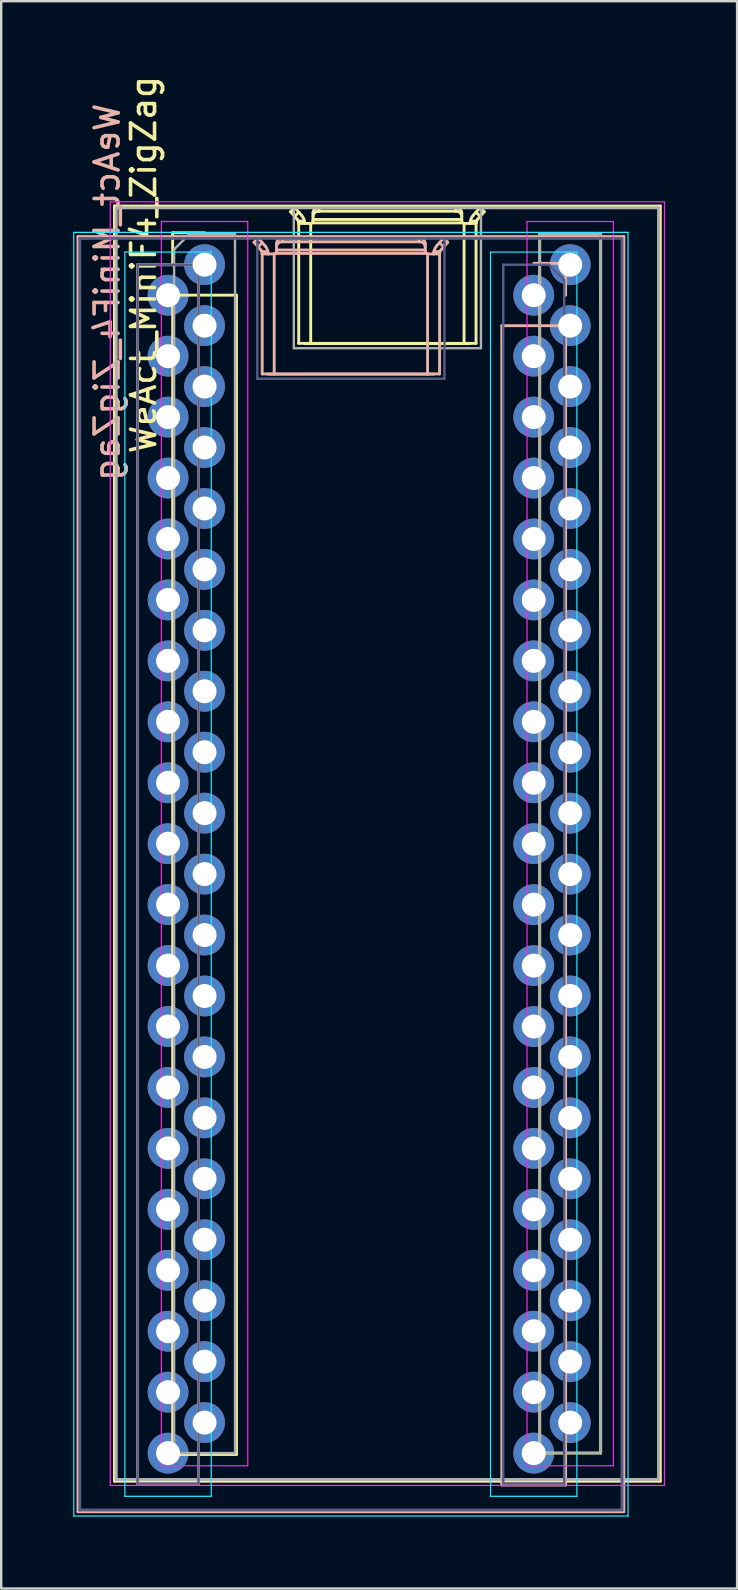
<source format=kicad_pcb>
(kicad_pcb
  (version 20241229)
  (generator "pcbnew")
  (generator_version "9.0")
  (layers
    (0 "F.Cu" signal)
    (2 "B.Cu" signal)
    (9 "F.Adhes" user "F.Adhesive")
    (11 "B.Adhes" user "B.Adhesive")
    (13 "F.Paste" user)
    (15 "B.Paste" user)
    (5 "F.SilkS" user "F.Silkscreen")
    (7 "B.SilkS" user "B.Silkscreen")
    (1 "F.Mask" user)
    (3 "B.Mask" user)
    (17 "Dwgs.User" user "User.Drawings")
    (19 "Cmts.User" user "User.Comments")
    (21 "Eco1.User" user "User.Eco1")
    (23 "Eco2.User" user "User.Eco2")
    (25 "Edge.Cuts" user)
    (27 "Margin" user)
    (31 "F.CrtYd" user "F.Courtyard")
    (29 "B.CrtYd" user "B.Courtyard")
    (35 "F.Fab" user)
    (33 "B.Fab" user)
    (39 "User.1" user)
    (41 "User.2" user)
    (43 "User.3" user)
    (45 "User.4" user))
  (footprint "WeAct_MiniF4_ZigZag"
    (layer "F.Cu")
    (at 5.476 7.982)
    (property "Reference" "WeAct_MiniF4_ZigZag" (at -2.54 0 90) (layer "F.SilkS") (effects (font (size 1 1) (thickness 0.15))))
    (attr through_hole)
    (fp_line (start -3.755 -2.445) (end 18.995 -2.445) (stroke (width 0.12) (type solid)) (layer "F.SilkS"))
    (fp_line (start -3.755 50.705) (end -3.755 -2.445) (stroke (width 0.12) (type solid)) (layer "F.SilkS"))
    (fp_line (start -1.33 -1.33) (end 0 -1.33) (stroke (width 0.12) (type solid)) (layer "F.SilkS"))
    (fp_line (start -1.33 0) (end -1.33 -1.33) (stroke (width 0.12) (type solid)) (layer "F.SilkS"))
    (fp_line (start -1.33 1.27) (end 1.33 1.27) (stroke (width 0.12) (type solid)) (layer "F.SilkS"))
    (fp_line (start -1.33 49.59) (end -1.33 1.27) (stroke (width 0.12) (type solid)) (layer "F.SilkS"))
    (fp_line (start 1.33 1.27) (end 1.33 49.59) (stroke (width 0.12) (type solid)) (layer "F.SilkS"))
    (fp_line (start 1.33 49.59) (end -1.33 49.59) (stroke (width 0.12) (type solid)) (layer "F.SilkS"))
    (fp_line (start 3.583 -2.207) (end 3.861 -1.891) (stroke (width 0.12) (type solid)) (layer "F.SilkS"))
    (fp_line (start 3.748 -2.02) (end 3.933 -2.182) (stroke (width 0.12) (type solid)) (layer "F.SilkS"))
    (fp_line (start 3.767 -2.37) (end 3.583 -2.207) (stroke (width 0.12) (type solid)) (layer "F.SilkS"))
    (fp_line (start 3.924 -1.728) (end 3.929 -1.72) (stroke (width 0.12) (type solid)) (layer "F.SilkS"))
    (fp_line (start 3.924 -1.726) (end 3.924 -1.728) (stroke (width 0.12) (type solid)) (layer "F.SilkS"))
    (fp_line (start 3.924 -1.726) (end 3.924 3.28) (stroke (width 0.12) (type solid)) (layer "F.SilkS"))
    (fp_line (start 3.929 -1.72) (end 3.93 -1.72) (stroke (width 0.12) (type solid)) (layer "F.SilkS"))
    (fp_line (start 3.93 -1.72) (end 4.42 -1.72) (stroke (width 0.12) (type solid)) (layer "F.SilkS"))
    (fp_line (start 4.045 -2.055) (end 3.767 -2.37) (stroke (width 0.12) (type solid)) (layer "F.SilkS"))
    (fp_line (start 4.161 -1.82) (end 3.905 -1.82) (stroke (width 0.12) (type solid)) (layer "F.SilkS"))
    (fp_line (start 4.17 -1.72) (end 4.17 -1.724) (stroke (width 0.12) (type solid)) (layer "F.SilkS"))
    (fp_line (start 4.42 -1.72) (end 4.424 -1.72) (stroke (width 0.12) (type solid)) (layer "F.SilkS"))
    (fp_line (start 4.424 -1.72) (end 4.424 3.29) (stroke (width 0.12) (type solid)) (layer "F.SilkS"))
    (fp_line (start 4.52 -2.165) (end 4.52 -1.82) (stroke (width 0.12) (type solid)) (layer "F.SilkS"))
    (fp_line (start 4.52 -1.885) (end 10.72 -1.885) (stroke (width 0.12) (type solid)) (layer "F.SilkS"))
    (fp_line (start 4.77 -2.227) (end 4.77 -2.37) (stroke (width 0.12) (type solid)) (layer "F.SilkS"))
    (fp_line (start 10.47 -2.37) (end 4.77 -2.37) (stroke (width 0.12) (type solid)) (layer "F.SilkS"))
    (fp_line (start 10.47 -2.227) (end 4.77 -2.227) (stroke (width 0.12) (type solid)) (layer "F.SilkS"))
    (fp_line (start 10.47 -2.227) (end 10.47 -2.37) (stroke (width 0.12) (type solid)) (layer "F.SilkS"))
    (fp_line (start 10.72 -2.165) (end 10.72 -1.82) (stroke (width 0.12) (type solid)) (layer "F.SilkS"))
    (fp_line (start 10.758 -1.741) (end 4.482 -1.741) (stroke (width 0.12) (type solid)) (layer "F.SilkS"))
    (fp_line (start 10.816 -1.72) (end 10.816 3.29) (stroke (width 0.12) (type solid)) (layer "F.SilkS"))
    (fp_line (start 10.82 -1.72) (end 10.816 -1.72) (stroke (width 0.12) (type solid)) (layer "F.SilkS"))
    (fp_line (start 11.07 -1.72) (end 11.07 -1.724) (stroke (width 0.12) (type solid)) (layer "F.SilkS"))
    (fp_line (start 11.07 3.29) (end 4.17 3.29) (stroke (width 0.12) (type solid)) (layer "F.SilkS"))
    (fp_line (start 11.079 -1.82) (end 11.335 -1.82) (stroke (width 0.12) (type solid)) (layer "F.SilkS"))
    (fp_line (start 11.195 -2.055) (end 11.473 -2.37) (stroke (width 0.12) (type solid)) (layer "F.SilkS"))
    (fp_line (start 11.31 -1.72) (end 10.82 -1.72) (stroke (width 0.12) (type solid)) (layer "F.SilkS"))
    (fp_line (start 11.311 -1.72) (end 11.31 -1.72) (stroke (width 0.12) (type solid)) (layer "F.SilkS"))
    (fp_line (start 11.316 -1.726) (end 11.316 3.28) (stroke (width 0.12) (type solid)) (layer "F.SilkS"))
    (fp_line (start 11.316 -1.726) (end 11.316 -1.728) (stroke (width 0.12) (type solid)) (layer "F.SilkS"))
    (fp_line (start 11.316 3.28) (end 3.924 3.28) (stroke (width 0.12) (type solid)) (layer "F.SilkS"))
    (fp_line (start 11.316 -1.728) (end 11.311 -1.72) (stroke (width 0.12) (type solid)) (layer "F.SilkS"))
    (fp_line (start 11.473 -2.37) (end 11.657 -2.207) (stroke (width 0.12) (type solid)) (layer "F.SilkS"))
    (fp_line (start 11.492 -2.02) (end 11.307 -2.182) (stroke (width 0.12) (type solid)) (layer "F.SilkS"))
    (fp_line (start 11.657 -2.207) (end 11.379 -1.891) (stroke (width 0.12) (type solid)) (layer "F.SilkS"))
    (fp_line (start 13.97 -1.27) (end 16.51 -1.27) (stroke (width 0.12) (type solid)) (layer "F.SilkS"))
    (fp_line (start 13.97 49.53) (end 13.97 -1.27) (stroke (width 0.12) (type solid)) (layer "F.SilkS"))
    (fp_line (start 16.51 -1.27) (end 16.51 49.53) (stroke (width 0.12) (type solid)) (layer "F.SilkS"))
    (fp_line (start 16.51 49.53) (end 13.97 49.53) (stroke (width 0.12) (type solid)) (layer "F.SilkS"))
    (fp_line (start 18.995 -2.445) (end 18.995 50.705) (stroke (width 0.12) (type solid)) (layer "F.SilkS"))
    (fp_line (start 18.995 50.705) (end -3.755 50.705) (stroke (width 0.12) (type solid)) (layer "F.SilkS"))
    (fp_arc (start 3.861166 -1.890847) (mid 3.906942 -1.815275) (end 3.923572 -1.7285) (stroke (width 0.12) (type solid)) (layer "F.SilkS"))
    (fp_arc (start 4.045142 -2.054759) (mid 4.137736 -1.900883) (end 4.169988 -1.724215) (stroke (width 0.12) (type solid)) (layer "F.SilkS"))
    (fp_arc (start 4.519999 -2.165212) (mid 4.603178 -2.318661) (end 4.77 -2.37) (stroke (width 0.12) (type solid)) (layer "F.SilkS"))
    (fp_arc (start 4.52 -2.021818) (mid 4.603179 -2.175266) (end 4.77 -2.226605) (stroke (width 0.12) (type solid)) (layer "F.SilkS"))
    (fp_arc (start 4.52 -1.819999) (mid 4.491968 -1.750569) (end 4.423589 -1.720064) (stroke (width 0.12) (type solid)) (layer "F.SilkS"))
    (fp_arc (start 10.47 -2.369999) (mid 10.636821 -2.318659) (end 10.719999 -2.165211) (stroke (width 0.12) (type solid)) (layer "F.SilkS"))
    (fp_arc (start 10.47 -2.226605) (mid 10.636821 -2.175265) (end 10.719999 -2.021817) (stroke (width 0.12) (type solid)) (layer "F.SilkS"))
    (fp_arc (start 10.81641 -1.720063) (mid 10.74803 -1.750569) (end 10.719999 -1.82) (stroke (width 0.12) (type solid)) (layer "F.SilkS"))
    (fp_arc (start 11.070011 -1.724215) (mid 11.102263 -1.900883) (end 11.194857 -2.054759) (stroke (width 0.12) (type solid)) (layer "F.SilkS"))
    (fp_arc (start 11.316427 -1.7285) (mid 11.333056 -1.815276) (end 11.378833 -1.890847) (stroke (width 0.12) (type solid)) (layer "F.SilkS"))
    (fp_line (start -5.276 -1.172) (end -5.276 51.978) (stroke (width 0.12) (type solid)) (layer "B.SilkS"))
    (fp_line (start -5.276 51.978) (end 17.474 51.978) (stroke (width 0.12) (type solid)) (layer "B.SilkS"))
    (fp_line (start -2.791 0.003) (end -2.791 50.803) (stroke (width 0.12) (type solid)) (layer "B.SilkS"))
    (fp_line (start -2.791 50.803) (end -0.251 50.803) (stroke (width 0.12) (type solid)) (layer "B.SilkS"))
    (fp_line (start -0.251 0.003) (end -2.791 0.003) (stroke (width 0.12) (type solid)) (layer "B.SilkS"))
    (fp_line (start -0.251 50.803) (end -0.251 0.003) (stroke (width 0.12) (type solid)) (layer "B.SilkS"))
    (fp_line (start 2.061 -0.935) (end 2.34 -0.618) (stroke (width 0.12) (type solid)) (layer "B.SilkS"))
    (fp_line (start 2.226 -0.747) (end 2.411 -0.91) (stroke (width 0.12) (type solid)) (layer "B.SilkS"))
    (fp_line (start 2.246 -1.097) (end 2.061 -0.935) (stroke (width 0.12) (type solid)) (layer "B.SilkS"))
    (fp_line (start 2.402 -0.456) (end 2.407 -0.448) (stroke (width 0.12) (type solid)) (layer "B.SilkS"))
    (fp_line (start 2.402 -0.453) (end 2.402 -0.456) (stroke (width 0.12) (type solid)) (layer "B.SilkS"))
    (fp_line (start 2.402 -0.453) (end 2.402 4.553) (stroke (width 0.12) (type solid)) (layer "B.SilkS"))
    (fp_line (start 2.402 4.553) (end 9.795 4.553) (stroke (width 0.12) (type solid)) (layer "B.SilkS"))
    (fp_line (start 2.407 -0.448) (end 2.409 -0.447) (stroke (width 0.12) (type solid)) (layer "B.SilkS"))
    (fp_line (start 2.409 -0.447) (end 2.899 -0.447) (stroke (width 0.12) (type solid)) (layer "B.SilkS"))
    (fp_line (start 2.524 -0.782) (end 2.246 -1.097) (stroke (width 0.12) (type solid)) (layer "B.SilkS"))
    (fp_line (start 2.639 -0.547) (end 2.384 -0.547) (stroke (width 0.12) (type solid)) (layer "B.SilkS"))
    (fp_line (start 2.649 -0.447) (end 2.649 -0.452) (stroke (width 0.12) (type solid)) (layer "B.SilkS"))
    (fp_line (start 2.649 4.563) (end 9.549 4.563) (stroke (width 0.12) (type solid)) (layer "B.SilkS"))
    (fp_line (start 2.899 -0.447) (end 2.902 -0.448) (stroke (width 0.12) (type solid)) (layer "B.SilkS"))
    (fp_line (start 2.902 -0.448) (end 2.902 4.563) (stroke (width 0.12) (type solid)) (layer "B.SilkS"))
    (fp_line (start 2.96 -0.469) (end 9.237 -0.469) (stroke (width 0.12) (type solid)) (layer "B.SilkS"))
    (fp_line (start 2.999 -0.893) (end 2.999 -0.547) (stroke (width 0.12) (type solid)) (layer "B.SilkS"))
    (fp_line (start 3.249 -1.097) (end 8.949 -1.097) (stroke (width 0.12) (type solid)) (layer "B.SilkS"))
    (fp_line (start 3.249 -0.954) (end 3.249 -1.097) (stroke (width 0.12) (type solid)) (layer "B.SilkS"))
    (fp_line (start 3.249 -0.954) (end 8.949 -0.954) (stroke (width 0.12) (type solid)) (layer "B.SilkS"))
    (fp_line (start 8.949 -0.954) (end 8.949 -1.097) (stroke (width 0.12) (type solid)) (layer "B.SilkS"))
    (fp_line (start 9.199 -0.893) (end 9.199 -0.547) (stroke (width 0.12) (type solid)) (layer "B.SilkS"))
    (fp_line (start 9.199 -0.612) (end 2.999 -0.612) (stroke (width 0.12) (type solid)) (layer "B.SilkS"))
    (fp_line (start 9.295 -0.448) (end 9.295 4.563) (stroke (width 0.12) (type solid)) (layer "B.SilkS"))
    (fp_line (start 9.299 -0.447) (end 9.295 -0.448) (stroke (width 0.12) (type solid)) (layer "B.SilkS"))
    (fp_line (start 9.549 -0.447) (end 9.549 -0.452) (stroke (width 0.12) (type solid)) (layer "B.SilkS"))
    (fp_line (start 9.558 -0.547) (end 9.813 -0.547) (stroke (width 0.12) (type solid)) (layer "B.SilkS"))
    (fp_line (start 9.673 -0.782) (end 9.951 -1.097) (stroke (width 0.12) (type solid)) (layer "B.SilkS"))
    (fp_line (start 9.788 -0.447) (end 9.299 -0.447) (stroke (width 0.12) (type solid)) (layer "B.SilkS"))
    (fp_line (start 9.79 -0.448) (end 9.788 -0.447) (stroke (width 0.12) (type solid)) (layer "B.SilkS"))
    (fp_line (start 9.795 -0.453) (end 9.795 4.553) (stroke (width 0.12) (type solid)) (layer "B.SilkS"))
    (fp_line (start 9.795 -0.453) (end 9.795 -0.456) (stroke (width 0.12) (type solid)) (layer "B.SilkS"))
    (fp_line (start 9.795 -0.456) (end 9.79 -0.448) (stroke (width 0.12) (type solid)) (layer "B.SilkS"))
    (fp_line (start 9.951 -1.097) (end 10.136 -0.935) (stroke (width 0.12) (type solid)) (layer "B.SilkS"))
    (fp_line (start 9.971 -0.747) (end 9.786 -0.91) (stroke (width 0.12) (type solid)) (layer "B.SilkS"))
    (fp_line (start 10.136 -0.935) (end 9.857 -0.618) (stroke (width 0.12) (type solid)) (layer "B.SilkS"))
    (fp_line (start 12.389 2.543) (end 12.389 50.863) (stroke (width 0.12) (type solid)) (layer "B.SilkS"))
    (fp_line (start 12.389 50.863) (end 15.049 50.863) (stroke (width 0.12) (type solid)) (layer "B.SilkS"))
    (fp_line (start 15.049 -0.057) (end 13.719 -0.057) (stroke (width 0.12) (type solid)) (layer "B.SilkS"))
    (fp_line (start 15.049 1.273) (end 15.049 -0.057) (stroke (width 0.12) (type solid)) (layer "B.SilkS"))
    (fp_line (start 15.049 2.543) (end 12.389 2.543) (stroke (width 0.12) (type solid)) (layer "B.SilkS"))
    (fp_line (start 15.049 50.863) (end 15.049 2.543) (stroke (width 0.12) (type solid)) (layer "B.SilkS"))
    (fp_line (start 17.474 -1.172) (end -5.276 -1.172) (stroke (width 0.12) (type solid)) (layer "B.SilkS"))
    (fp_line (start 17.474 51.978) (end 17.474 -1.172) (stroke (width 0.12) (type solid)) (layer "B.SilkS"))
    (fp_arc (start 2.339707 -0.618307) (mid 2.385483 -0.542735) (end 2.402113 -0.45596) (stroke (width 0.12) (type solid)) (layer "B.SilkS"))
    (fp_arc (start 2.523683 -0.782219) (mid 2.616277 -0.628343) (end 2.648529 -0.451675) (stroke (width 0.12) (type solid)) (layer "B.SilkS"))
    (fp_arc (start 2.998541 -0.892671) (mid 3.081719 -1.046119) (end 3.24854 -1.097459) (stroke (width 0.12) (type solid)) (layer "B.SilkS"))
    (fp_arc (start 2.998541 -0.749277) (mid 3.081719 -0.902725) (end 3.24854 -0.954065) (stroke (width 0.12) (type solid)) (layer "B.SilkS"))
    (fp_arc (start 2.998541 -0.54746) (mid 2.970509 -0.478029) (end 2.90213 -0.447523) (stroke (width 0.12) (type solid)) (layer "B.SilkS"))
    (fp_arc (start 8.94854 -1.09746) (mid 9.115362 -1.046121) (end 9.198541 -0.892672) (stroke (width 0.12) (type solid)) (layer "B.SilkS"))
    (fp_arc (start 8.94854 -0.954065) (mid 9.115361 -0.902726) (end 9.19854 -0.749278) (stroke (width 0.12) (type solid)) (layer "B.SilkS"))
    (fp_arc (start 9.294951 -0.447524) (mid 9.226572 -0.478029) (end 9.19854 -0.547459) (stroke (width 0.12) (type solid)) (layer "B.SilkS"))
    (fp_arc (start 9.548552 -0.451675) (mid 9.580804 -0.628343) (end 9.673398 -0.782219) (stroke (width 0.12) (type solid)) (layer "B.SilkS"))
    (fp_arc (start 9.794968 -0.45596) (mid 9.811597 -0.542736) (end 9.857374 -0.618307) (stroke (width 0.12) (type solid)) (layer "B.SilkS"))
    (fp_line (start -5.451 -1.347) (end -5.451 52.153) (stroke (width 0.05) (type solid)) (layer "B.CrtYd"))
    (fp_line (start -5.451 52.153) (end 17.649 52.153) (stroke (width 0.05) (type solid)) (layer "B.CrtYd"))
    (fp_line (start -3.321 -0.527) (end -3.321 51.333) (stroke (width 0.05) (type solid)) (layer "B.CrtYd"))
    (fp_line (start -3.321 51.333) (end 0.279 51.333) (stroke (width 0.05) (type solid)) (layer "B.CrtYd"))
    (fp_line (start 0.279 -0.527) (end -3.321 -0.527) (stroke (width 0.05) (type solid)) (layer "B.CrtYd"))
    (fp_line (start 0.279 -0.527) (end 0.279 46.993) (stroke (width 0.05) (type solid)) (layer "B.CrtYd"))
    (fp_line (start 0.279 46.993) (end 0.279 51.333) (stroke (width 0.05) (type solid)) (layer "B.CrtYd"))
    (fp_line (start 11.919 -0.527) (end 11.919 46.993) (stroke (width 0.05) (type solid)) (layer "B.CrtYd"))
    (fp_line (start 11.919 -0.527) (end 15.519 -0.527) (stroke (width 0.05) (type solid)) (layer "B.CrtYd"))
    (fp_line (start 11.919 46.993) (end 11.919 51.333) (stroke (width 0.05) (type solid)) (layer "B.CrtYd"))
    (fp_line (start 15.519 -0.527) (end 15.519 51.333) (stroke (width 0.05) (type solid)) (layer "B.CrtYd"))
    (fp_line (start 15.519 51.333) (end 11.919 51.333) (stroke (width 0.05) (type solid)) (layer "B.CrtYd"))
    (fp_line (start 17.649 -1.347) (end -5.451 -1.347) (stroke (width 0.05) (type solid)) (layer "B.CrtYd"))
    (fp_line (start 17.649 52.153) (end 17.649 -1.347) (stroke (width 0.05) (type solid)) (layer "B.CrtYd"))
    (fp_line (start -3.93 -2.62) (end 19.17 -2.62) (stroke (width 0.05) (type solid)) (layer "F.CrtYd"))
    (fp_line (start -3.93 50.88) (end -3.93 -2.62) (stroke (width 0.05) (type solid)) (layer "F.CrtYd"))
    (fp_line (start -1.8 -1.8) (end -1.8 50.06) (stroke (width 0.05) (type solid)) (layer "F.CrtYd"))
    (fp_line (start -1.8 50.06) (end 1.8 50.06) (stroke (width 0.05) (type solid)) (layer "F.CrtYd"))
    (fp_line (start 1.8 -1.8) (end -1.8 -1.8) (stroke (width 0.05) (type solid)) (layer "F.CrtYd"))
    (fp_line (start 1.8 -1.8) (end 1.8 45.72) (stroke (width 0.05) (type solid)) (layer "F.CrtYd"))
    (fp_line (start 1.8 45.72) (end 1.8 50.06) (stroke (width 0.05) (type solid)) (layer "F.CrtYd"))
    (fp_line (start 13.44 -1.8) (end 13.44 45.72) (stroke (width 0.05) (type solid)) (layer "F.CrtYd"))
    (fp_line (start 13.44 -1.8) (end 17.04 -1.8) (stroke (width 0.05) (type solid)) (layer "F.CrtYd"))
    (fp_line (start 13.44 45.72) (end 13.44 50.06) (stroke (width 0.05) (type solid)) (layer "F.CrtYd"))
    (fp_line (start 17.04 -1.8) (end 17.04 50.06) (stroke (width 0.05) (type solid)) (layer "F.CrtYd"))
    (fp_line (start 17.04 50.06) (end 13.44 50.06) (stroke (width 0.05) (type solid)) (layer "F.CrtYd"))
    (fp_line (start 19.17 -2.62) (end 19.17 50.88) (stroke (width 0.05) (type solid)) (layer "F.CrtYd"))
    (fp_line (start 19.17 50.88) (end -3.93 50.88) (stroke (width 0.05) (type solid)) (layer "F.CrtYd"))
    (fp_line (start -5.201 -1.097) (end -5.201 51.903) (stroke (width 0.12) (type solid)) (layer "B.Fab"))
    (fp_line (start -2.791 0.003) (end -2.791 50.803) (stroke (width 0.1) (type solid)) (layer "B.Fab"))
    (fp_line (start -2.791 50.803) (end -0.251 50.803) (stroke (width 0.1) (type solid)) (layer "B.Fab"))
    (fp_line (start -0.251 0.003) (end -2.791 0.003) (stroke (width 0.1) (type solid)) (layer "B.Fab"))
    (fp_line (start -0.251 50.803) (end -0.251 0.003) (stroke (width 0.1) (type solid)) (layer "B.Fab"))
    (fp_line (start 2.199 4.753) (end 2.199 -1.047) (stroke (width 0.1) (type solid)) (layer "B.Fab"))
    (fp_line (start 9.999 4.753) (end 2.199 4.753) (stroke (width 0.1) (type solid)) (layer "B.Fab"))
    (fp_line (start 9.999 4.753) (end 9.999 -1.047) (stroke (width 0.1) (type solid)) (layer "B.Fab"))
    (fp_line (start 12.449 0.003) (end 12.449 50.803) (stroke (width 0.1) (type solid)) (layer "B.Fab"))
    (fp_line (start 12.449 50.803) (end 14.989 50.803) (stroke (width 0.1) (type solid)) (layer "B.Fab"))
    (fp_line (start 14.354 0.003) (end 12.449 0.003) (stroke (width 0.1) (type solid)) (layer "B.Fab"))
    (fp_line (start 14.989 0.638) (end 14.354 0.003) (stroke (width 0.1) (type solid)) (layer "B.Fab"))
    (fp_line (start 14.989 50.803) (end 14.989 0.638) (stroke (width 0.1) (type solid)) (layer "B.Fab"))
    (fp_line (start 17.399 -1.097) (end -5.201 -1.097) (stroke (width 0.12) (type solid)) (layer "B.Fab"))
    (fp_line (start 17.399 51.903) (end -5.201 51.903) (stroke (width 0.12) (type solid)) (layer "B.Fab"))
    (fp_line (start 17.399 51.903) (end 17.399 -1.047) (stroke (width 0.12) (type solid)) (layer "B.Fab"))
    (fp_line (start -3.68 -2.37) (end 18.92 -2.37) (stroke (width 0.12) (type solid)) (layer "F.Fab"))
    (fp_line (start -3.68 50.63) (end -3.68 -2.32) (stroke (width 0.12) (type solid)) (layer "F.Fab"))
    (fp_line (start -3.68 50.63) (end 18.92 50.63) (stroke (width 0.12) (type solid)) (layer "F.Fab"))
    (fp_line (start -1.27 -0.635) (end -0.635 -1.27) (stroke (width 0.1) (type solid)) (layer "F.Fab"))
    (fp_line (start -1.27 49.53) (end -1.27 -0.635) (stroke (width 0.1) (type solid)) (layer "F.Fab"))
    (fp_line (start -0.635 -1.27) (end 1.27 -1.27) (stroke (width 0.1) (type solid)) (layer "F.Fab"))
    (fp_line (start 1.27 -1.27) (end 1.27 49.53) (stroke (width 0.1) (type solid)) (layer "F.Fab"))
    (fp_line (start 1.27 49.53) (end -1.27 49.53) (stroke (width 0.1) (type solid)) (layer "F.Fab"))
    (fp_line (start 3.72 3.48) (end 3.72 -2.32) (stroke (width 0.1) (type solid)) (layer "F.Fab"))
    (fp_line (start 3.72 3.48) (end 11.52 3.48) (stroke (width 0.1) (type solid)) (layer "F.Fab"))
    (fp_line (start 11.52 3.48) (end 11.52 -2.32) (stroke (width 0.1) (type solid)) (layer "F.Fab"))
    (fp_line (start 13.97 -1.27) (end 16.51 -1.27) (stroke (width 0.1) (type solid)) (layer "F.Fab"))
    (fp_line (start 13.97 49.53) (end 13.97 -1.27) (stroke (width 0.1) (type solid)) (layer "F.Fab"))
    (fp_line (start 16.51 -1.27) (end 16.51 49.53) (stroke (width 0.1) (type solid)) (layer "F.Fab"))
    (fp_line (start 16.51 49.53) (end 13.97 49.53) (stroke (width 0.1) (type solid)) (layer "F.Fab"))
    (fp_line (start 18.92 -2.37) (end 18.92 50.63) (stroke (width 0.12) (type solid)) (layer "F.Fab"))
    (fp_text user "${REFERENCE}" (at -4.061 1.146 90) (layer "B.SilkS") (effects (font (size 1 1) (thickness 0.15)) (justify mirror)))
    (pad "1" thru_hole circle (at -1.521 49.533 180) (size 1.7 1.7) (drill 1) (layers "*.Cu" "*.Mask"))
    (pad "1" thru_hole circle (at 15.24 48.26) (size 1.7 1.7) (drill 1) (layers "*.Cu" "*.Mask"))
    (pad "2" thru_hole circle (at -1.521 46.993 180) (size 1.7 1.7) (drill 1) (layers "*.Cu" "*.Mask"))
    (pad "2" thru_hole circle (at 15.24 45.72) (size 1.7 1.7) (drill 1) (layers "*.Cu" "*.Mask"))
    (pad "3" thru_hole circle (at -1.521 44.453 180) (size 1.7 1.7) (drill 1) (layers "*.Cu" "*.Mask"))
    (pad "3" thru_hole circle (at 15.24 43.18) (size 1.7 1.7) (drill 1) (layers "*.Cu" "*.Mask"))
    (pad "4" thru_hole circle (at -1.521 41.913 180) (size 1.7 1.7) (drill 1) (layers "*.Cu" "*.Mask"))
    (pad "4" thru_hole circle (at 15.24 40.64) (size 1.7 1.7) (drill 1) (layers "*.Cu" "*.Mask"))
    (pad "5V" thru_hole circle (at -1.521 1.273 180) (size 1.7 1.7) (drill 1) (layers "*.Cu" "*.Mask"))
    (pad "5V" thru_hole circle (at 15.24 0) (size 1.7 1.7) (drill 1) (layers "*.Cu" "*.Mask"))
    (pad "5V_5V" thru_hole circle (at 0 43.18) (size 1.7 1.7) (drill 1) (layers "*.Cu" "*.Mask"))
    (pad "5V_5V" thru_hole circle (at 13.719 44.453 180) (size 1.7 1.7) (drill 1) (layers "*.Cu" "*.Mask"))
    (pad "7" thru_hole circle (at -1.521 39.373 180) (size 1.7 1.7) (drill 1) (layers "*.Cu" "*.Mask"))
    (pad "7" thru_hole circle (at 15.24 38.1) (size 1.7 1.7) (drill 1) (layers "*.Cu" "*.Mask"))
    (pad "10" thru_hole circle (at -1.521 36.833 180) (size 1.7 1.7) (drill 1) (layers "*.Cu" "*.Mask"))
    (pad "10" thru_hole circle (at 15.24 35.56) (size 1.7 1.7) (drill 1) (layers "*.Cu" "*.Mask"))
    (pad "11" thru_hole circle (at -1.521 34.293 180) (size 1.7 1.7) (drill 1) (layers "*.Cu" "*.Mask"))
    (pad "11" thru_hole circle (at 15.24 33.02) (size 1.7 1.7) (drill 1) (layers "*.Cu" "*.Mask"))
    (pad "12" thru_hole circle (at -1.521 31.753 180) (size 1.7 1.7) (drill 1) (layers "*.Cu" "*.Mask"))
    (pad "12" thru_hole circle (at 15.24 30.48) (size 1.7 1.7) (drill 1) (layers "*.Cu" "*.Mask"))
    (pad "13" thru_hole circle (at -1.521 29.213 180) (size 1.7 1.7) (drill 1) (layers "*.Cu" "*.Mask"))
    (pad "13" thru_hole circle (at 15.24 27.94) (size 1.7 1.7) (drill 1) (layers "*.Cu" "*.Mask"))
    (pad "14" thru_hole circle (at -1.521 26.673 180) (size 1.7 1.7) (drill 1) (layers "*.Cu" "*.Mask"))
    (pad "14" thru_hole circle (at 15.24 25.4) (size 1.7 1.7) (drill 1) (layers "*.Cu" "*.Mask"))
    (pad "15" thru_hole circle (at -1.521 24.133 180) (size 1.7 1.7) (drill 1) (layers "*.Cu" "*.Mask"))
    (pad "15" thru_hole circle (at 15.24 22.86) (size 1.7 1.7) (drill 1) (layers "*.Cu" "*.Mask"))
    (pad "16" thru_hole circle (at -1.521 21.593 180) (size 1.7 1.7) (drill 1) (layers "*.Cu" "*.Mask"))
    (pad "16" thru_hole circle (at 15.24 20.32) (size 1.7 1.7) (drill 1) (layers "*.Cu" "*.Mask"))
    (pad "17" thru_hole circle (at -1.521 19.053 180) (size 1.7 1.7) (drill 1) (layers "*.Cu" "*.Mask"))
    (pad "17" thru_hole circle (at 15.24 17.78) (size 1.7 1.7) (drill 1) (layers "*.Cu" "*.Mask"))
    (pad "18" thru_hole circle (at -1.521 16.513 180) (size 1.7 1.7) (drill 1) (layers "*.Cu" "*.Mask"))
    (pad "18" thru_hole circle (at 15.24 15.24) (size 1.7 1.7) (drill 1) (layers "*.Cu" "*.Mask"))
    (pad "19" thru_hole circle (at -1.521 13.973 180) (size 1.7 1.7) (drill 1) (layers "*.Cu" "*.Mask"))
    (pad "19" thru_hole circle (at 15.24 12.7) (size 1.7 1.7) (drill 1) (layers "*.Cu" "*.Mask"))
    (pad "20" thru_hole circle (at -1.521 11.433 180) (size 1.7 1.7) (drill 1) (layers "*.Cu" "*.Mask"))
    (pad "20" thru_hole circle (at 15.24 10.16) (size 1.7 1.7) (drill 1) (layers "*.Cu" "*.Mask"))
    (pad "21" thru_hole circle (at -1.521 8.893 180) (size 1.7 1.7) (drill 1) (layers "*.Cu" "*.Mask"))
    (pad "21" thru_hole circle (at 15.24 7.62) (size 1.7 1.7) (drill 1) (layers "*.Cu" "*.Mask"))
    (pad "23" thru_hole circle (at -1.521 3.813 180) (size 1.7 1.7) (drill 1) (layers "*.Cu" "*.Mask"))
    (pad "23" thru_hole circle (at 15.24 2.54) (size 1.7 1.7) (drill 1) (layers "*.Cu" "*.Mask"))
    (pad "24" thru_hole circle (at -1.521 6.353 180) (size 1.7 1.7) (drill 1) (layers "*.Cu" "*.Mask"))
    (pad "24" thru_hole circle (at 15.24 5.08) (size 1.7 1.7) (drill 1) (layers "*.Cu" "*.Mask"))
    (pad "25" thru_hole circle (at 0 0) (size 1.7 1.7) (drill 1) (layers "*.Cu" "*.Mask"))
    (pad "25" thru_hole circle (at 13.719 1.273 180) (size 1.7 1.7) (drill 1) (layers "*.Cu" "*.Mask"))
    (pad "26" thru_hole circle (at 0 2.54) (size 1.7 1.7) (drill 1) (layers "*.Cu" "*.Mask"))
    (pad "26" thru_hole circle (at 13.719 3.813 180) (size 1.7 1.7) (drill 1) (layers "*.Cu" "*.Mask"))
    (pad "27" thru_hole circle (at 0 5.08) (size 1.7 1.7) (drill 1) (layers "*.Cu" "*.Mask"))
    (pad "27" thru_hole circle (at 13.719 6.353 180) (size 1.7 1.7) (drill 1) (layers "*.Cu" "*.Mask"))
    (pad "28" thru_hole circle (at 0 7.62) (size 1.7 1.7) (drill 1) (layers "*.Cu" "*.Mask"))
    (pad "28" thru_hole circle (at 13.719 8.893 180) (size 1.7 1.7) (drill 1) (layers "*.Cu" "*.Mask"))
    (pad "29" thru_hole circle (at 0 10.16) (size 1.7 1.7) (drill 1) (layers "*.Cu" "*.Mask"))
    (pad "29" thru_hole circle (at 13.719 11.433 180) (size 1.7 1.7) (drill 1) (layers "*.Cu" "*.Mask"))
    (pad "30" thru_hole circle (at 0 12.7) (size 1.7 1.7) (drill 1) (layers "*.Cu" "*.Mask"))
    (pad "30" thru_hole circle (at 13.719 13.973 180) (size 1.7 1.7) (drill 1) (layers "*.Cu" "*.Mask"))
    (pad "31" thru_hole circle (at 0 15.24) (size 1.7 1.7) (drill 1) (layers "*.Cu" "*.Mask"))
    (pad "31" thru_hole circle (at 13.719 16.513 180) (size 1.7 1.7) (drill 1) (layers "*.Cu" "*.Mask"))
    (pad "32" thru_hole circle (at 0 17.78) (size 1.7 1.7) (drill 1) (layers "*.Cu" "*.Mask"))
    (pad "32" thru_hole circle (at 13.719 19.053 180) (size 1.7 1.7) (drill 1) (layers "*.Cu" "*.Mask"))
    (pad "33" thru_hole circle (at 0 20.32) (size 1.7 1.7) (drill 1) (layers "*.Cu" "*.Mask"))
    (pad "33" thru_hole circle (at 13.719 21.593 180) (size 1.7 1.7) (drill 1) (layers "*.Cu" "*.Mask"))
    (pad "38" thru_hole circle (at 0 22.86) (size 1.7 1.7) (drill 1) (layers "*.Cu" "*.Mask"))
    (pad "38" thru_hole circle (at 13.719 24.133 180) (size 1.7 1.7) (drill 1) (layers "*.Cu" "*.Mask"))
    (pad "39" thru_hole circle (at 0 25.4) (size 1.7 1.7) (drill 1) (layers "*.Cu" "*.Mask"))
    (pad "39" thru_hole circle (at 13.719 26.673 180) (size 1.7 1.7) (drill 1) (layers "*.Cu" "*.Mask"))
    (pad "40" thru_hole circle (at 0 27.94) (size 1.7 1.7) (drill 1) (layers "*.Cu" "*.Mask"))
    (pad "40" thru_hole circle (at 13.719 29.213 180) (size 1.7 1.7) (drill 1) (layers "*.Cu" "*.Mask"))
    (pad "41" thru_hole circle (at 0 30.48) (size 1.7 1.7) (drill 1) (layers "*.Cu" "*.Mask"))
    (pad "41" thru_hole circle (at 13.719 31.753 180) (size 1.7 1.7) (drill 1) (layers "*.Cu" "*.Mask"))
    (pad "42" thru_hole circle (at 0 33.02) (size 1.7 1.7) (drill 1) (layers "*.Cu" "*.Mask"))
    (pad "42" thru_hole circle (at 13.719 34.293 180) (size 1.7 1.7) (drill 1) (layers "*.Cu" "*.Mask"))
    (pad "43" thru_hole circle (at 0 35.56) (size 1.7 1.7) (drill 1) (layers "*.Cu" "*.Mask"))
    (pad "43" thru_hole circle (at 13.719 36.833 180) (size 1.7 1.7) (drill 1) (layers "*.Cu" "*.Mask"))
    (pad "45" thru_hole circle (at 0 38.1) (size 1.7 1.7) (drill 1) (layers "*.Cu" "*.Mask"))
    (pad "45" thru_hole circle (at 13.719 39.373 180) (size 1.7 1.7) (drill 1) (layers "*.Cu" "*.Mask"))
    (pad "46" thru_hole circle (at 0 40.64) (size 1.7 1.7) (drill 1) (layers "*.Cu" "*.Mask"))
    (pad "46" thru_hole circle (at 13.719 41.913 180) (size 1.7 1.7) (drill 1) (layers "*.Cu" "*.Mask"))
    (pad "47" thru_hole circle (at 0 45.72) (size 1.7 1.7) (drill 1) (layers "*.Cu" "*.Mask"))
    (pad "47" thru_hole circle (at 13.719 46.993 180) (size 1.7 1.7) (drill 1) (layers "*.Cu" "*.Mask"))
    (pad "48" thru_hole circle (at 0 48.26) (size 1.7 1.7) (drill 1) (layers "*.Cu" "*.Mask"))
    (pad "48" thru_hole circle (at 13.719 49.533 180) (size 1.7 1.7) (drill 1) (layers "*.Cu" "*.Mask")))
  (gr_rect
    (start -3 -3)
    (end 27.671 63.16)
    (stroke (width 0.1) (type default))
    (fill no)
    (layer "Edge.Cuts")))
</source>
